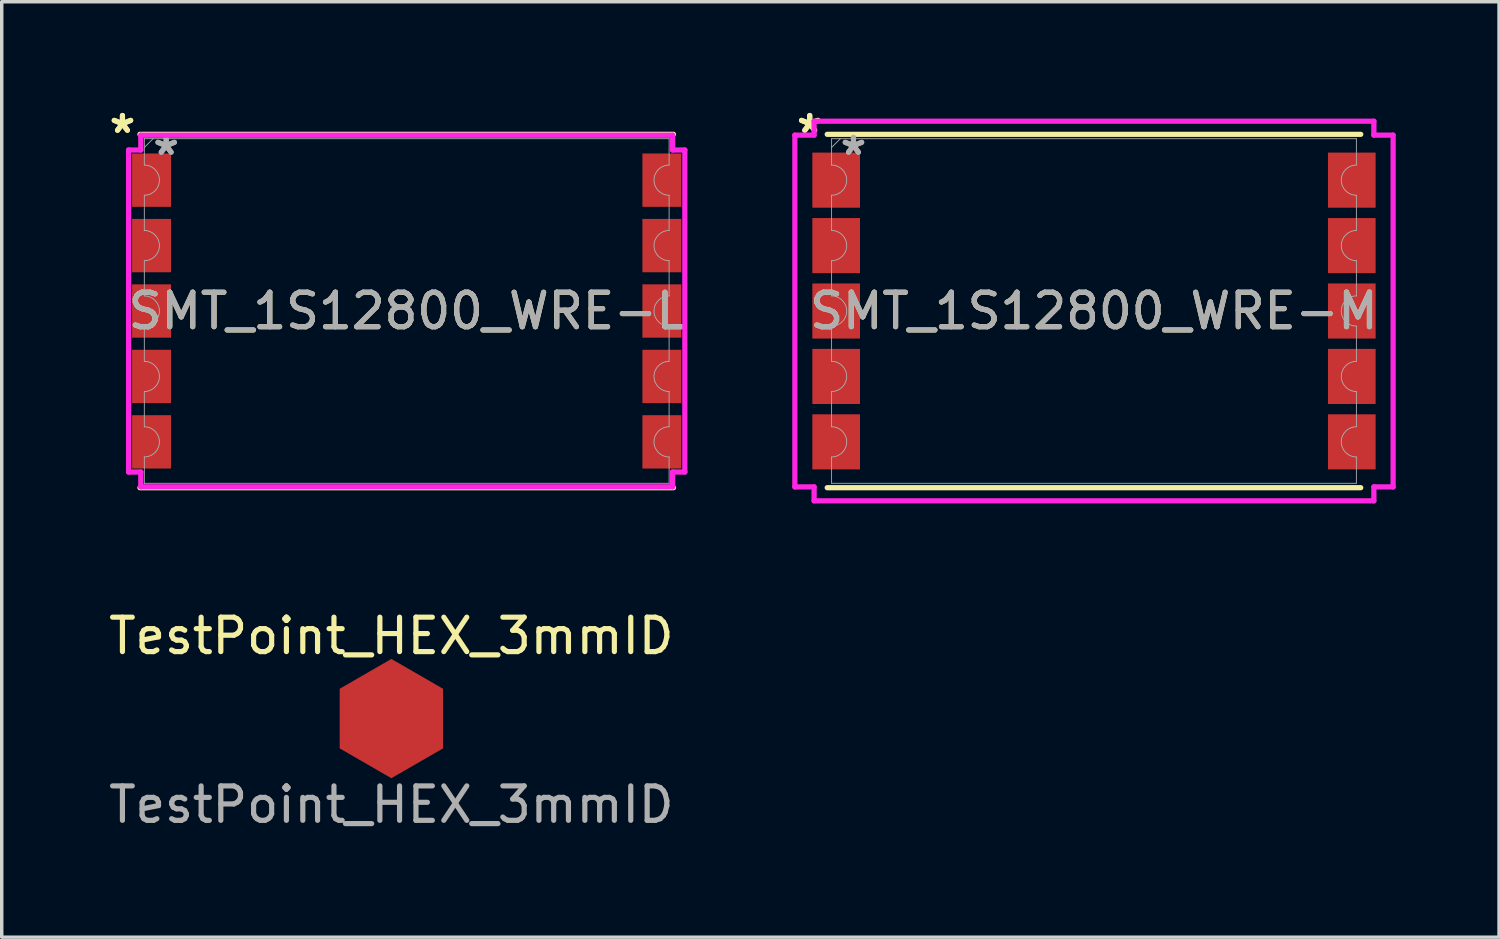
<source format=kicad_pcb>
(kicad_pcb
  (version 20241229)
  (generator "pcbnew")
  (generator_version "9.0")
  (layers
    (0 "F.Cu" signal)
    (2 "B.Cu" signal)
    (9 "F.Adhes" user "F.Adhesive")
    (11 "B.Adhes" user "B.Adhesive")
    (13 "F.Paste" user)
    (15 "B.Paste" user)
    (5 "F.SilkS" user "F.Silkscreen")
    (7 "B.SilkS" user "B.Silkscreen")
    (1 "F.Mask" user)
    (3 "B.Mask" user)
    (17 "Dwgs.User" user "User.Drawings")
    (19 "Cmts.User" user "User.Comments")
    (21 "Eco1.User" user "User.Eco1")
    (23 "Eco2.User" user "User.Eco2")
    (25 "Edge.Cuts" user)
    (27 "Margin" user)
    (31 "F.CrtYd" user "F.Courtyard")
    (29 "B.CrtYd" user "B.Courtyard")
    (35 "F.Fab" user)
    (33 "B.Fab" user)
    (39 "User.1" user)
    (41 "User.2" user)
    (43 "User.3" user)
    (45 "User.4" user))
  (footprint "SMT_1S12800_WRE-M"
    (layer "F.Cu")
    (at 28.72 5.982)
    (property "Reference" "SMT_1S12800_WRE-M" (at 0 0 0) (unlocked yes) (layer "F.SilkS") (effects (font (size 1 1) (thickness 0.15))))
    (attr smd)
    (fp_line (start -7.747 -5.131) (end 7.747 -5.131) (stroke (width 0.152) (type solid)) (layer "F.SilkS"))
    (fp_line (start -7.747 5.131) (end 7.747 5.131) (stroke (width 0.152) (type solid)) (layer "F.SilkS"))
    (fp_line (start -8.687 -5.108) (end -8.128 -5.108) (stroke (width 0.152) (type solid)) (layer "F.CrtYd"))
    (fp_line (start -8.687 5.108) (end -8.687 -5.108) (stroke (width 0.152) (type solid)) (layer "F.CrtYd"))
    (fp_line (start -8.687 5.108) (end -8.128 5.108) (stroke (width 0.152) (type solid)) (layer "F.CrtYd"))
    (fp_line (start -8.128 -5.512) (end 8.128 -5.512) (stroke (width 0.152) (type solid)) (layer "F.CrtYd"))
    (fp_line (start -8.128 -5.108) (end -8.128 -5.512) (stroke (width 0.152) (type solid)) (layer "F.CrtYd"))
    (fp_line (start -8.128 5.512) (end -8.128 5.108) (stroke (width 0.152) (type solid)) (layer "F.CrtYd"))
    (fp_line (start 8.128 -5.512) (end 8.128 -5.108) (stroke (width 0.152) (type solid)) (layer "F.CrtYd"))
    (fp_line (start 8.128 5.108) (end 8.128 5.512) (stroke (width 0.152) (type solid)) (layer "F.CrtYd"))
    (fp_line (start 8.128 5.512) (end -8.128 5.512) (stroke (width 0.152) (type solid)) (layer "F.CrtYd"))
    (fp_line (start 8.687 -5.108) (end 8.128 -5.108) (stroke (width 0.152) (type solid)) (layer "F.CrtYd"))
    (fp_line (start 8.687 -5.108) (end 8.687 5.108) (stroke (width 0.152) (type solid)) (layer "F.CrtYd"))
    (fp_line (start 8.687 5.108) (end 8.128 5.108) (stroke (width 0.152) (type solid)) (layer "F.CrtYd"))
    (fp_line (start -7.62 -5.004) (end 7.62 -5.004) (stroke (width 0.025) (type solid)) (layer "F.Fab"))
    (fp_line (start -7.62 -4.238) (end -7.62 -5.004) (stroke (width 0.025) (type solid)) (layer "F.Fab"))
    (fp_line (start -7.62 -3.362) (end -7.62 -2.338) (stroke (width 0.025) (type solid)) (layer "F.Fab"))
    (fp_line (start -7.62 -1.462) (end -7.62 -0.438) (stroke (width 0.025) (type solid)) (layer "F.Fab"))
    (fp_line (start -7.62 0.438) (end -7.62 1.462) (stroke (width 0.025) (type solid)) (layer "F.Fab"))
    (fp_line (start -7.62 2.338) (end -7.62 3.362) (stroke (width 0.025) (type solid)) (layer "F.Fab"))
    (fp_line (start -7.62 4.238) (end -7.62 5.004) (stroke (width 0.025) (type solid)) (layer "F.Fab"))
    (fp_line (start -7.62 5.004) (end 7.62 5.004) (stroke (width 0.025) (type solid)) (layer "F.Fab"))
    (fp_line (start -7.366 -5.004) (end -7.62 -4.75) (stroke (width 0.025) (type solid)) (layer "F.Fab"))
    (fp_line (start 7.62 -4.238) (end 7.62 -5.004) (stroke (width 0.025) (type solid)) (layer "F.Fab"))
    (fp_line (start 7.62 -3.362) (end 7.62 -2.338) (stroke (width 0.025) (type solid)) (layer "F.Fab"))
    (fp_line (start 7.62 -1.462) (end 7.62 -0.438) (stroke (width 0.025) (type solid)) (layer "F.Fab"))
    (fp_line (start 7.62 0.438) (end 7.62 1.462) (stroke (width 0.025) (type solid)) (layer "F.Fab"))
    (fp_line (start 7.62 2.338) (end 7.62 3.362) (stroke (width 0.025) (type solid)) (layer "F.Fab"))
    (fp_line (start 7.62 4.238) (end 7.62 5.004) (stroke (width 0.025) (type solid)) (layer "F.Fab"))
    (fp_arc (start -7.62 -4.23815) (mid -7.18185 -3.8) (end -7.62 -3.36185) (stroke (width 0.0254) (type solid)) (layer "F.Fab"))
    (fp_arc (start -7.62 -2.338149) (mid -7.18185 -1.899999) (end -7.62 -1.461849) (stroke (width 0.0254) (type solid)) (layer "F.Fab"))
    (fp_arc (start -7.62 -0.43815) (mid -7.18185 0) (end -7.62 0.43815) (stroke (width 0.0254) (type solid)) (layer "F.Fab"))
    (fp_arc (start -7.62 1.461849) (mid -7.18185 1.899999) (end -7.62 2.338149) (stroke (width 0.0254) (type solid)) (layer "F.Fab"))
    (fp_arc (start -7.62 3.36185) (mid -7.18185 3.8) (end -7.62 4.23815) (stroke (width 0.0254) (type solid)) (layer "F.Fab"))
    (fp_arc (start 7.62 -3.36185) (mid 7.18185 -3.8) (end 7.62 -4.23815) (stroke (width 0.0254) (type solid)) (layer "F.Fab"))
    (fp_arc (start 7.62 -1.461849) (mid 7.18185 -1.899999) (end 7.62 -2.338149) (stroke (width 0.0254) (type solid)) (layer "F.Fab"))
    (fp_arc (start 7.62 0.43815) (mid 7.18185 0) (end 7.62 -0.43815) (stroke (width 0.0254) (type solid)) (layer "F.Fab"))
    (fp_arc (start 7.62 2.338149) (mid 7.18185 1.899999) (end 7.62 1.461849) (stroke (width 0.0254) (type solid)) (layer "F.Fab"))
    (fp_arc (start 7.62 4.23815) (mid 7.18185 3.8) (end 7.62 3.36185) (stroke (width 0.0254) (type solid)) (layer "F.Fab"))
    (fp_text user "*" (at -8.255 -5.133 0) (unlocked yes) (layer "F.SilkS") (effects (font (size 1 1) (thickness 0.15))))
    (fp_text user "*" (at -8.255 -5.133 0) (layer "F.SilkS") (effects (font (size 1 1) (thickness 0.15))))
    (fp_text user "${REFERENCE}" (at 0 0 0) (unlocked yes) (layer "F.Fab") (effects (font (size 1 1) (thickness 0.15))))
    (fp_text user "*" (at -6.985 -4.496 0) (unlocked yes) (layer "F.Fab") (effects (font (size 1 1) (thickness 0.15))))
    (fp_text user "*" (at -6.985 -4.496 0) (layer "F.Fab") (effects (font (size 1 1) (thickness 0.15))))
    (pad "1" smd rect (at -7.487 -3.8) (size 1.384 1.6) (layers "F.Cu" "F.Mask" "F.Paste"))
    (pad "2" smd rect (at -7.487 -1.9) (size 1.384 1.6) (layers "F.Cu" "F.Mask" "F.Paste"))
    (pad "3" smd rect (at -7.487 0) (size 1.384 1.6) (layers "F.Cu" "F.Mask" "F.Paste"))
    (pad "4" smd rect (at -7.487 1.9) (size 1.384 1.6) (layers "F.Cu" "F.Mask" "F.Paste"))
    (pad "5" smd rect (at -7.487 3.8) (size 1.384 1.6) (layers "F.Cu" "F.Mask" "F.Paste"))
    (pad "6" smd rect (at 7.487 3.8) (size 1.384 1.6) (layers "F.Cu" "F.Mask" "F.Paste"))
    (pad "7" smd rect (at 7.487 1.9) (size 1.384 1.6) (layers "F.Cu" "F.Mask" "F.Paste"))
    (pad "8" smd rect (at 7.487 0) (size 1.384 1.6) (layers "F.Cu" "F.Mask" "F.Paste"))
    (pad "9" smd rect (at 7.487 -1.9) (size 1.384 1.6) (layers "F.Cu" "F.Mask" "F.Paste"))
    (pad "10" smd rect (at 7.487 -3.8) (size 1.384 1.6) (layers "F.Cu" "F.Mask" "F.Paste")))
  (footprint "SMT_1S12800_WRE-L"
    (layer "F.Cu")
    (at 8.761 5.982)
    (property "Reference" "SMT_1S12800_WRE-L" (at 0 0 0) (unlocked yes) (layer "F.SilkS") (effects (font (size 1 1) (thickness 0.15))))
    (attr smd)
    (fp_line (start -7.747 -5.131) (end 7.747 -5.131) (stroke (width 0.152) (type solid)) (layer "F.SilkS"))
    (fp_line (start -7.747 5.131) (end 7.747 5.131) (stroke (width 0.152) (type solid)) (layer "F.SilkS"))
    (fp_line (start -8.077 -4.676) (end -7.722 -4.676) (stroke (width 0.152) (type solid)) (layer "F.CrtYd"))
    (fp_line (start -8.077 4.676) (end -8.077 -4.676) (stroke (width 0.152) (type solid)) (layer "F.CrtYd"))
    (fp_line (start -8.077 4.676) (end -7.722 4.676) (stroke (width 0.152) (type solid)) (layer "F.CrtYd"))
    (fp_line (start -7.722 -5.105) (end 7.722 -5.105) (stroke (width 0.152) (type solid)) (layer "F.CrtYd"))
    (fp_line (start -7.722 -4.676) (end -7.722 -5.105) (stroke (width 0.152) (type solid)) (layer "F.CrtYd"))
    (fp_line (start -7.722 5.105) (end -7.722 4.676) (stroke (width 0.152) (type solid)) (layer "F.CrtYd"))
    (fp_line (start 7.722 -5.105) (end 7.722 -4.676) (stroke (width 0.152) (type solid)) (layer "F.CrtYd"))
    (fp_line (start 7.722 4.676) (end 7.722 5.105) (stroke (width 0.152) (type solid)) (layer "F.CrtYd"))
    (fp_line (start 7.722 5.105) (end -7.722 5.105) (stroke (width 0.152) (type solid)) (layer "F.CrtYd"))
    (fp_line (start 8.077 -4.676) (end 7.722 -4.676) (stroke (width 0.152) (type solid)) (layer "F.CrtYd"))
    (fp_line (start 8.077 -4.676) (end 8.077 4.676) (stroke (width 0.152) (type solid)) (layer "F.CrtYd"))
    (fp_line (start 8.077 4.676) (end 7.722 4.676) (stroke (width 0.152) (type solid)) (layer "F.CrtYd"))
    (fp_line (start -7.62 -5.004) (end 7.62 -5.004) (stroke (width 0.025) (type solid)) (layer "F.Fab"))
    (fp_line (start -7.62 -4.238) (end -7.62 -5.004) (stroke (width 0.025) (type solid)) (layer "F.Fab"))
    (fp_line (start -7.62 -3.362) (end -7.62 -2.338) (stroke (width 0.025) (type solid)) (layer "F.Fab"))
    (fp_line (start -7.62 -1.462) (end -7.62 -0.438) (stroke (width 0.025) (type solid)) (layer "F.Fab"))
    (fp_line (start -7.62 0.438) (end -7.62 1.462) (stroke (width 0.025) (type solid)) (layer "F.Fab"))
    (fp_line (start -7.62 2.338) (end -7.62 3.362) (stroke (width 0.025) (type solid)) (layer "F.Fab"))
    (fp_line (start -7.62 4.238) (end -7.62 5.004) (stroke (width 0.025) (type solid)) (layer "F.Fab"))
    (fp_line (start -7.62 5.004) (end 7.62 5.004) (stroke (width 0.025) (type solid)) (layer "F.Fab"))
    (fp_line (start -7.366 -5.004) (end -7.62 -4.75) (stroke (width 0.025) (type solid)) (layer "F.Fab"))
    (fp_line (start 7.62 -4.238) (end 7.62 -5.004) (stroke (width 0.025) (type solid)) (layer "F.Fab"))
    (fp_line (start 7.62 -3.362) (end 7.62 -2.338) (stroke (width 0.025) (type solid)) (layer "F.Fab"))
    (fp_line (start 7.62 -1.462) (end 7.62 -0.438) (stroke (width 0.025) (type solid)) (layer "F.Fab"))
    (fp_line (start 7.62 0.438) (end 7.62 1.462) (stroke (width 0.025) (type solid)) (layer "F.Fab"))
    (fp_line (start 7.62 2.338) (end 7.62 3.362) (stroke (width 0.025) (type solid)) (layer "F.Fab"))
    (fp_line (start 7.62 4.238) (end 7.62 5.004) (stroke (width 0.025) (type solid)) (layer "F.Fab"))
    (fp_arc (start -7.62 -4.23815) (mid -7.18185 -3.8) (end -7.62 -3.36185) (stroke (width 0.0254) (type solid)) (layer "F.Fab"))
    (fp_arc (start -7.62 -2.338149) (mid -7.18185 -1.899999) (end -7.62 -1.461849) (stroke (width 0.0254) (type solid)) (layer "F.Fab"))
    (fp_arc (start -7.62 -0.43815) (mid -7.18185 0) (end -7.62 0.43815) (stroke (width 0.0254) (type solid)) (layer "F.Fab"))
    (fp_arc (start -7.62 1.461849) (mid -7.18185 1.899999) (end -7.62 2.338149) (stroke (width 0.0254) (type solid)) (layer "F.Fab"))
    (fp_arc (start -7.62 3.36185) (mid -7.18185 3.8) (end -7.62 4.23815) (stroke (width 0.0254) (type solid)) (layer "F.Fab"))
    (fp_arc (start 7.62 -3.36185) (mid 7.18185 -3.8) (end 7.62 -4.23815) (stroke (width 0.0254) (type solid)) (layer "F.Fab"))
    (fp_arc (start 7.62 -1.461849) (mid 7.18185 -1.899999) (end 7.62 -2.338149) (stroke (width 0.0254) (type solid)) (layer "F.Fab"))
    (fp_arc (start 7.62 0.43815) (mid 7.18185 0) (end 7.62 -0.43815) (stroke (width 0.0254) (type solid)) (layer "F.Fab"))
    (fp_arc (start 7.62 2.338149) (mid 7.18185 1.899999) (end 7.62 1.461849) (stroke (width 0.0254) (type solid)) (layer "F.Fab"))
    (fp_arc (start 7.62 4.23815) (mid 7.18185 3.8) (end 7.62 3.36185) (stroke (width 0.0254) (type solid)) (layer "F.Fab"))
    (fp_text user "*" (at -8.255 -5.133 0) (layer "F.SilkS") (effects (font (size 1 1) (thickness 0.15))))
    (fp_text user "*" (at -8.255 -5.133 0) (unlocked yes) (layer "F.SilkS") (effects (font (size 1 1) (thickness 0.15))))
    (fp_text user "*" (at -6.985 -4.496 0) (layer "F.Fab") (effects (font (size 1 1) (thickness 0.15))))
    (fp_text user "${REFERENCE}" (at 0 0 0) (unlocked yes) (layer "F.Fab") (effects (font (size 1 1) (thickness 0.15))))
    (fp_text user "*" (at -6.985 -4.496 0) (unlocked yes) (layer "F.Fab") (effects (font (size 1 1) (thickness 0.15))))
    (pad "1" smd rect (at -7.41 -3.8) (size 1.13 1.549) (layers "F.Cu" "F.Mask" "F.Paste"))
    (pad "2" smd rect (at -7.41 -1.9) (size 1.13 1.549) (layers "F.Cu" "F.Mask" "F.Paste"))
    (pad "3" smd rect (at -7.41 0) (size 1.13 1.549) (layers "F.Cu" "F.Mask" "F.Paste"))
    (pad "4" smd rect (at -7.41 1.9) (size 1.13 1.549) (layers "F.Cu" "F.Mask" "F.Paste"))
    (pad "5" smd rect (at -7.41 3.8) (size 1.13 1.549) (layers "F.Cu" "F.Mask" "F.Paste"))
    (pad "6" smd rect (at 7.41 3.8) (size 1.13 1.549) (layers "F.Cu" "F.Mask" "F.Paste"))
    (pad "7" smd rect (at 7.41 1.9) (size 1.13 1.549) (layers "F.Cu" "F.Mask" "F.Paste"))
    (pad "8" smd rect (at 7.41 0) (size 1.13 1.549) (layers "F.Cu" "F.Mask" "F.Paste"))
    (pad "9" smd rect (at 7.41 -1.9) (size 1.13 1.549) (layers "F.Cu" "F.Mask" "F.Paste"))
    (pad "10" smd rect (at 7.41 -3.8) (size 1.13 1.549) (layers "F.Cu" "F.Mask" "F.Paste")))
  (footprint "TestPoint_HEX_3mmID"
    (layer "F.Cu")
    (at 8.315 17.818)
    (property "Reference" "TestPoint_HEX_3mmID" (at 0 -2.4 0) (unlocked yes) (layer "F.SilkS") (effects (font (size 1 1) (thickness 0.15))))
    (attr smd)
    (fp_text user "${REFERENCE}" (at 0 2.5 0) (unlocked yes) (layer "F.Fab") (effects (font (size 1 1) (thickness 0.15))))
    (pad "1" connect custom (at 0 0) (size 3 3) (layers "F.Cu" "F.Mask") (options (anchor circle)) (primitives (gr_poly (pts (xy 0 -1.732) (xy 1.5 -0.866) (xy 1.5 0.866) (xy 0 1.732) (xy -1.5 0.866) (xy -1.5 -0.866)) (width 0) (fill yes)))))
  (gr_rect
    (start -3 -3)
    (end 40.483 24.166)
    (stroke (width 0.1) (type default))
    (fill no)
    (layer "Edge.Cuts")))
</source>
